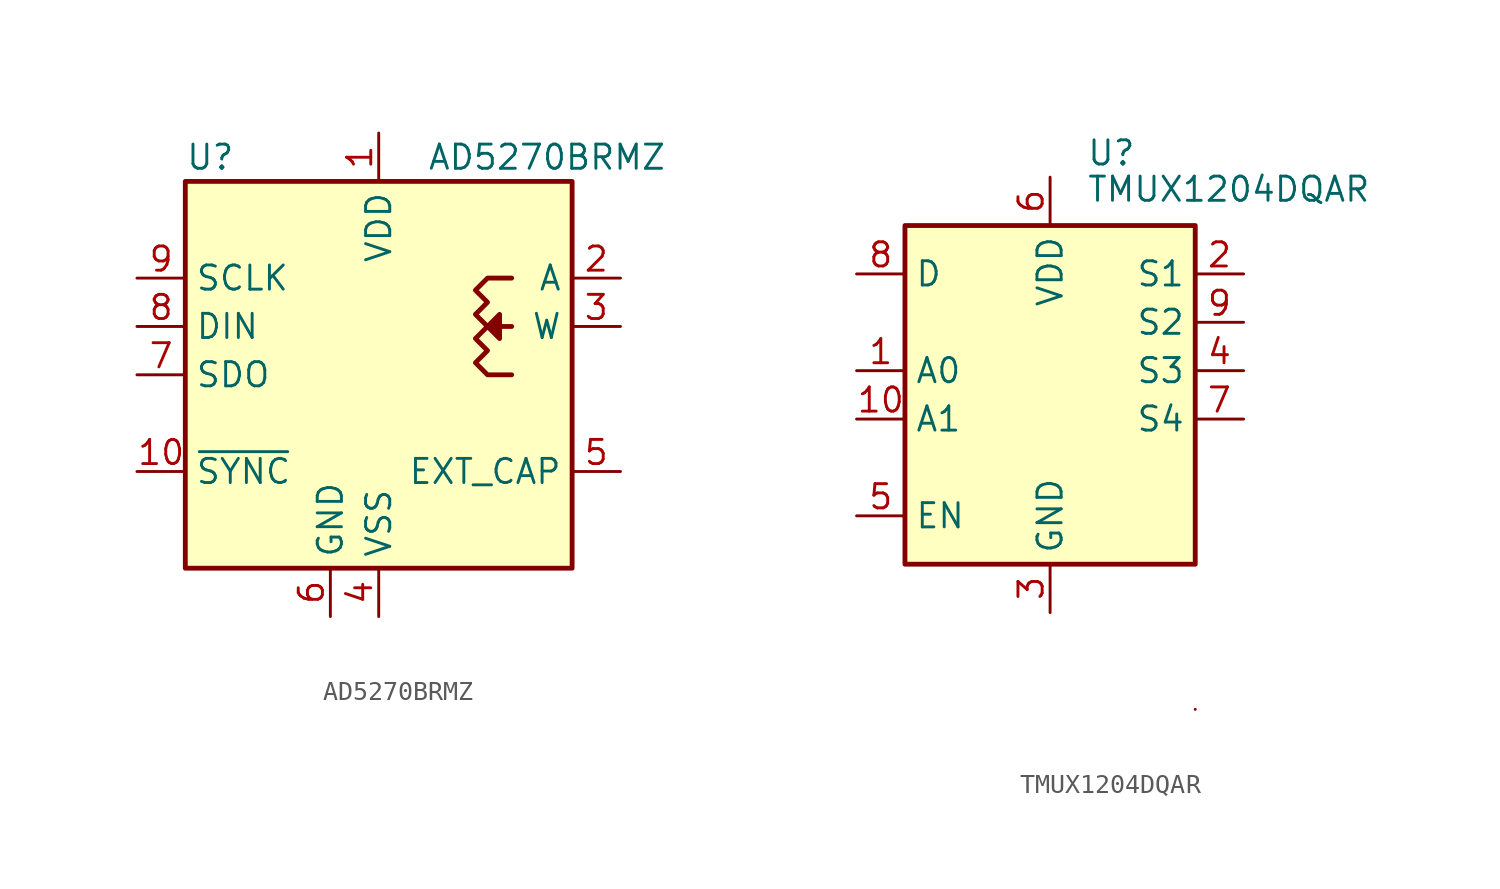
<source format=kicad_sym>
(kicad_symbol_lib
  (version 20220914)
  (generator kicad_symbol_editor)
  (symbol "AD5270BRMZ"
    (property "Reference" "U"
      (at -10.16 11.43 0)
      (effects (font (size 1.27 1.27)) (justify left)))
    (property "Value" "AD5270BRMZ"
      (at 2.54 11.43 0)
      (effects (font (size 1.27 1.27)) (justify left)))
    (symbol "AD5270BRMZ_0_1"
      (rectangle (start -10.16 10.16) (end 10.16 -10.16) (stroke (width 0.254) (type default)) (fill (type background)))
      (polyline (pts (xy 6.985 2.54) (xy 6.35 2.54) (xy 5.715 2.54) (xy 6.35 3.175) (xy 6.35 1.905) (xy 5.715 2.54)) (stroke (width 0.254) (type default)) (fill (type outline)))
      (polyline (pts (xy 6.985 5.08) (xy 5.715 5.08) (xy 5.08 4.445) (xy 5.715 3.81) (xy 5.08 3.175) (xy 5.715 2.54) (xy 5.08 1.905) (xy 5.715 1.27) (xy 5.08 0.635) (xy 5.715 0) (xy 6.985 0)) (stroke (width 0.254) (type default)) (fill (type none))))
    (symbol "AD5270BRMZ_1_1"
      (pin power_in line (at 0 12.7 270) (length 2.54) (name "VDD" (effects (font (size 1.27 1.27)))) (number "1" (effects (font (size 1.27 1.27)))))
      (pin passive line (at -12.7 -5.08 0) (length 2.54) (name "~{SYNC}" (effects (font (size 1.27 1.27)))) (number "10" (effects (font (size 1.27 1.27)))))
      (pin passive line (at 0 -12.7 90) (length 2.54) hide (name "VSS" (effects (font (size 1.27 1.27)))) (number "11" (effects (font (size 1.27 1.27)))))
      (pin passive line (at 12.7 5.08 180) (length 2.54) (name "A" (effects (font (size 1.27 1.27)))) (number "2" (effects (font (size 1.27 1.27)))))
      (pin passive line (at 12.7 2.54 180) (length 2.54) (name "W" (effects (font (size 1.27 1.27)))) (number "3" (effects (font (size 1.27 1.27)))))
      (pin power_in line (at 0 -12.7 90) (length 2.54) (name "VSS" (effects (font (size 1.27 1.27)))) (number "4" (effects (font (size 1.27 1.27)))))
      (pin passive line (at 12.7 -5.08 180) (length 2.54) (name "EXT_CAP" (effects (font (size 1.27 1.27)))) (number "5" (effects (font (size 1.27 1.27)))))
      (pin power_in line (at -2.54 -12.7 90) (length 2.54) (name "GND" (effects (font (size 1.27 1.27)))) (number "6" (effects (font (size 1.27 1.27)))))
      (pin output line (at -12.7 0 0) (length 2.54) (name "SDO" (effects (font (size 1.27 1.27)))) (number "7" (effects (font (size 1.27 1.27)))))
      (pin input line (at -12.7 2.54 0) (length 2.54) (name "DIN" (effects (font (size 1.27 1.27)))) (number "8" (effects (font (size 1.27 1.27)))))
      (pin input line (at -12.7 5.08 0) (length 2.54) (name "SCLK" (effects (font (size 1.27 1.27)))) (number "9" (effects (font (size 1.27 1.27)))))))
  (symbol "TMUX1204DQAR"
    (property "Reference" "U"
      (at -4.445 10.795 0)
      (effects (font (size 1.27 1.27)) (justify left)))
    (property "Value" "TMUX1204DQAR"
      (at -4.445 8.89 0)
      (effects (font (size 1.27 1.27)) (justify left)))
    (symbol "TMUX1204DQAR_0_1"
      (rectangle (start -13.97 6.985) (end 1.27 -10.795) (stroke (width 0.254) (type default)) (fill (type background)))
      (rectangle (start 1.27 -18.415) (end 1.27 -18.415) (stroke (width 0) (type default)) (fill (type none))))
    (symbol "TMUX1204DQAR_1_0"
      (pin power_in line (at -6.35 -13.335 90) (length 2.54) (name "GND" (effects (font (size 1.27 1.27)))) (number "3" (effects (font (size 1.27 1.27))))))
    (symbol "TMUX1204DQAR_1_1"
      (pin input line (at -16.51 -0.635 0) (length 2.54) (name "A0" (effects (font (size 1.27 1.27)))) (number "1" (effects (font (size 1.27 1.27)))))
      (pin input line (at -16.51 -3.175 0) (length 2.54) (name "A1" (effects (font (size 1.27 1.27)))) (number "10" (effects (font (size 1.27 1.27)))))
      (pin bidirectional line (at 3.81 4.445 180) (length 2.54) (name "S1" (effects (font (size 1.27 1.27)))) (number "2" (effects (font (size 1.27 1.27)))))
      (pin bidirectional line (at 3.81 -0.635 180) (length 2.54) (name "S3" (effects (font (size 1.27 1.27)))) (number "4" (effects (font (size 1.27 1.27)))))
      (pin input line (at -16.51 -8.255 0) (length 2.54) (name "EN" (effects (font (size 1.27 1.27)))) (number "5" (effects (font (size 1.27 1.27)))))
      (pin power_in line (at -6.35 9.525 270) (length 2.54) (name "VDD" (effects (font (size 1.27 1.27)))) (number "6" (effects (font (size 1.27 1.27)))))
      (pin bidirectional line (at 3.81 -3.175 180) (length 2.54) (name "S4" (effects (font (size 1.27 1.27)))) (number "7" (effects (font (size 1.27 1.27)))))
      (pin bidirectional line (at -16.51 4.445 0) (length 2.54) (name "D" (effects (font (size 1.27 1.27)))) (number "8" (effects (font (size 1.27 1.27)))))
      (pin bidirectional line (at 3.81 1.905 180) (length 2.54) (name "S2" (effects (font (size 1.27 1.27)))) (number "9" (effects (font (size 1.27 1.27))))))))
</source>
